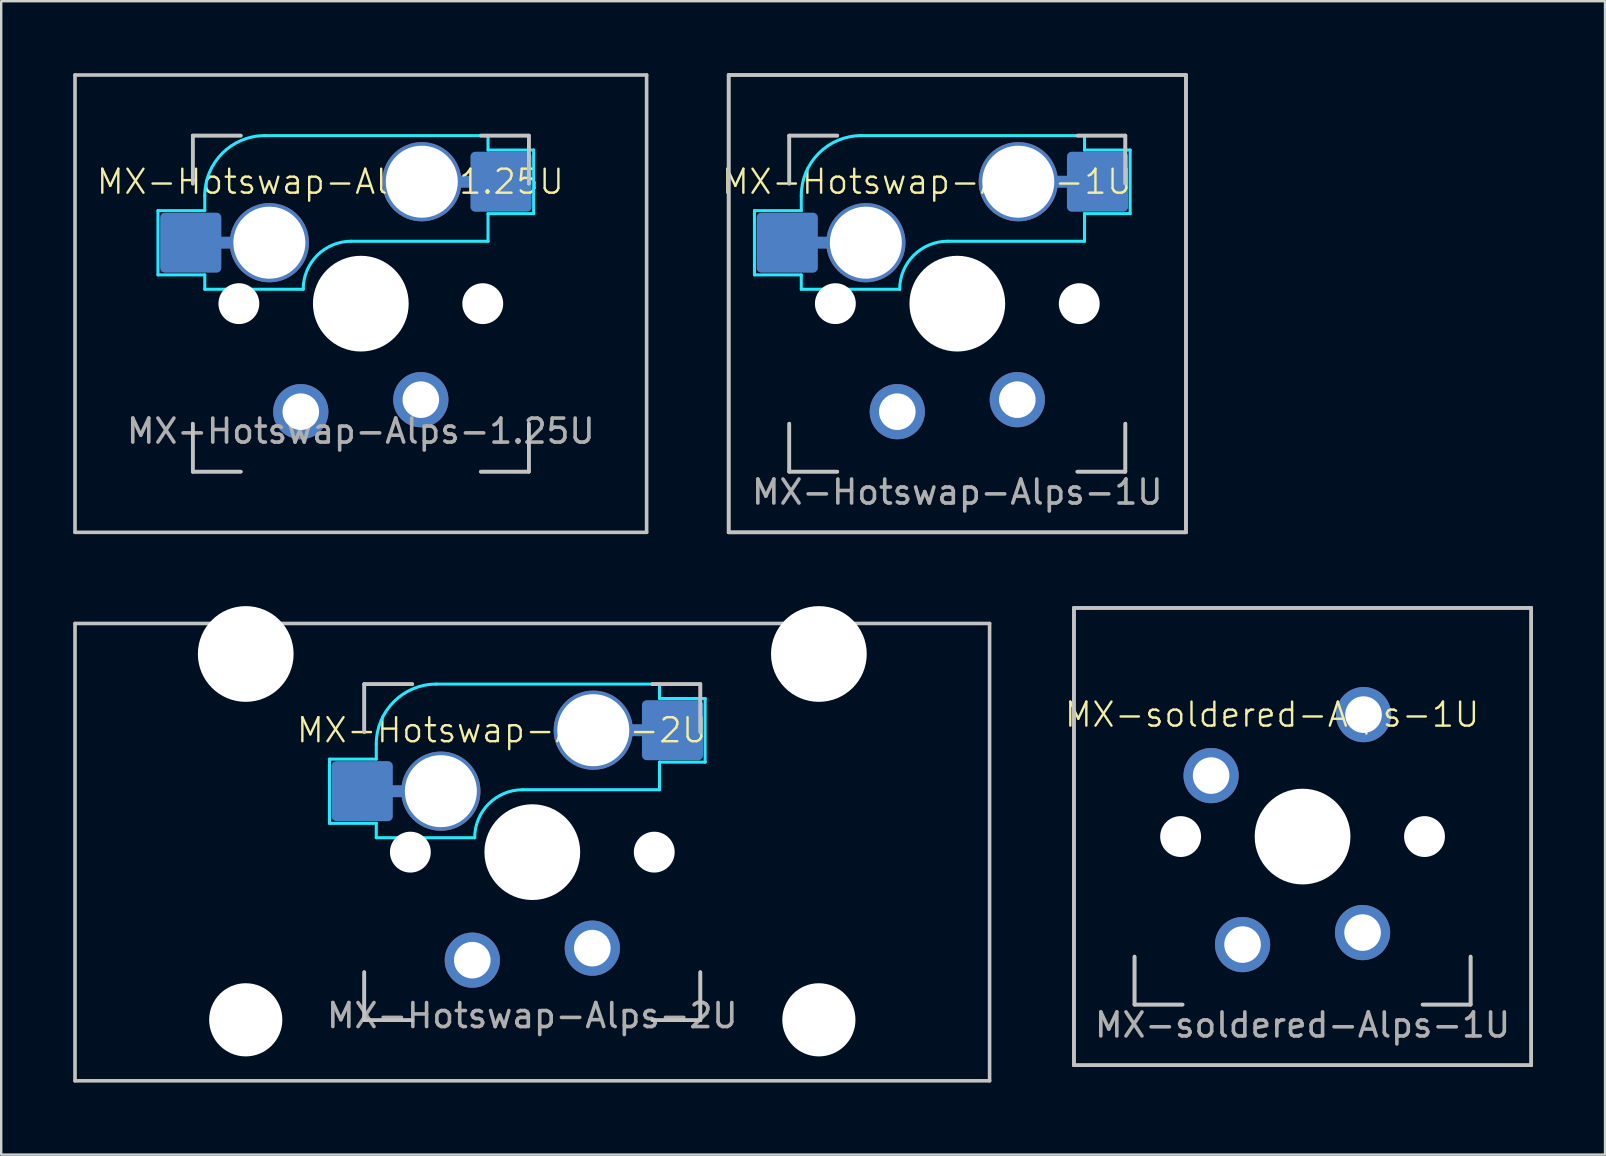
<source format=kicad_pcb>
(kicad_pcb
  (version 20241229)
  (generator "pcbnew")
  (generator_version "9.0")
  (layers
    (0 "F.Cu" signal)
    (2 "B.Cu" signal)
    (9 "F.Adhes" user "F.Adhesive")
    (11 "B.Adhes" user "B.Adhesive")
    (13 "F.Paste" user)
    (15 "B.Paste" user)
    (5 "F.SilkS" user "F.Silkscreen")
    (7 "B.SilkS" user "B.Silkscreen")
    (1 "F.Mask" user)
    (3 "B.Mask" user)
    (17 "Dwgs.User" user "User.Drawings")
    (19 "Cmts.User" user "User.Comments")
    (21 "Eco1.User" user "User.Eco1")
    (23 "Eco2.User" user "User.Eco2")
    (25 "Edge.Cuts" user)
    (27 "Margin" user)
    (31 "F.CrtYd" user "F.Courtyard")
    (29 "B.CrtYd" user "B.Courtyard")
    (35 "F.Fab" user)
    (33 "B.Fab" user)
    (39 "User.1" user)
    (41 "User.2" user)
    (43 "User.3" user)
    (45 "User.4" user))
  (footprint "MX-soldered-Alps-1U"
    (layer "F.Cu")
    (at 51.213 31.8)
    (property "Reference" "MX-soldered-Alps-1U" (at -1.27 -5.08 0) (unlocked yes) (layer "F.SilkS") (effects (font (size 1 1) (thickness 0.1))))
    (attr smd)
    (fp_line (start -9.525 -9.525) (end -9.525 9.525) (stroke (width 0.15) (type solid)) (layer "Dwgs.User"))
    (fp_line (start -9.525 -9.525) (end 9.525 -9.525) (stroke (width 0.15) (type solid)) (layer "Dwgs.User"))
    (fp_line (start -9.525 9.525) (end -9.525 -9.525) (stroke (width 0.15) (type solid)) (layer "Dwgs.User"))
    (fp_line (start -9.525 9.525) (end 9.525 9.525) (stroke (width 0.15) (type solid)) (layer "Dwgs.User"))
    (fp_line (start -7 5) (end -7 7) (stroke (width 0.15) (type solid)) (layer "Dwgs.User"))
    (fp_line (start -7 7) (end -7 5) (stroke (width 0.15) (type solid)) (layer "Dwgs.User"))
    (fp_line (start -7 7) (end -5 7) (stroke (width 0.15) (type solid)) (layer "Dwgs.User"))
    (fp_line (start -5 7) (end -7 7) (stroke (width 0.15) (type solid)) (layer "Dwgs.User"))
    (fp_line (start 5 7) (end 7 7) (stroke (width 0.15) (type solid)) (layer "Dwgs.User"))
    (fp_line (start 5 7) (end 7 7) (stroke (width 0.15) (type solid)) (layer "Dwgs.User"))
    (fp_line (start 7 7) (end 7 5) (stroke (width 0.15) (type solid)) (layer "Dwgs.User"))
    (fp_line (start 7 7) (end 7 5) (stroke (width 0.15) (type solid)) (layer "Dwgs.User"))
    (fp_line (start 9.525 -9.525) (end -9.525 -9.525) (stroke (width 0.15) (type solid)) (layer "Dwgs.User"))
    (fp_line (start 9.525 -9.525) (end 9.525 9.525) (stroke (width 0.15) (type solid)) (layer "Dwgs.User"))
    (fp_line (start 9.525 9.525) (end -9.525 9.525) (stroke (width 0.15) (type solid)) (layer "Dwgs.User"))
    (fp_line (start 9.525 9.525) (end 9.525 -9.525) (stroke (width 0.15) (type solid)) (layer "Dwgs.User"))
    (fp_text user "${REFERENCE}" (at 0 7.85 0) (unlocked yes) (layer "F.Fab") (effects (font (size 1 1) (thickness 0.15))))
    (pad "" np_thru_hole circle (at -5.08 0 48.099) (size 1.702 1.702) (drill 1.702) (layers "*.Cu" "*.Mask"))
    (pad "" np_thru_hole circle (at 0 0) (size 3.988 3.988) (drill 3.988) (layers "*.Cu" "*.Mask"))
    (pad "" np_thru_hole circle (at 5.08 0 48.099) (size 1.702 1.702) (drill 1.702) (layers "*.Cu" "*.Mask"))
    (pad "1" thru_hole circle (at -3.81 -2.54) (size 2.3 2.3) (drill 1.524) (layers "*.Cu" "B.Mask"))
    (pad "1" thru_hole circle (at -2.5 4.5 180) (size 2.3 2.3) (drill 1.524) (layers "*.Cu" "B.Mask"))
    (pad "2" thru_hole circle (at 2.5 4 180) (size 2.3 2.3) (drill 1.524) (layers "*.Cu" "B.Mask"))
    (pad "2" thru_hole circle (at 2.54 -5.08) (size 2.3 2.3) (drill 1.524) (layers "*.Cu" "B.Mask")))
  (footprint "MX-Hotswap-Alps-2U"
    (layer "F.Cu")
    (at 19.125 32.449)
    (property "Reference" "MX-Hotswap-Alps-2U" (at -1.27 -5.08 0) (unlocked yes) (layer "F.SilkS") (effects (font (size 1 1) (thickness 0.1))))
    (attr smd exclude_from_bom)
    (fp_line (start -19.05 9.525) (end -19.05 -9.525) (stroke (width 0.15) (type solid)) (layer "Dwgs.User"))
    (fp_line (start -7 -7) (end -7 -5) (stroke (width 0.15) (type solid)) (layer "Dwgs.User"))
    (fp_line (start -7 -7) (end -7 -5) (stroke (width 0.15) (type solid)) (layer "Dwgs.User"))
    (fp_line (start -7 5) (end -7 7) (stroke (width 0.15) (type solid)) (layer "Dwgs.User"))
    (fp_line (start -7 7) (end -7 5) (stroke (width 0.15) (type solid)) (layer "Dwgs.User"))
    (fp_line (start -7 7) (end -5 7) (stroke (width 0.15) (type solid)) (layer "Dwgs.User"))
    (fp_line (start -5 -7) (end -7 -7) (stroke (width 0.15) (type solid)) (layer "Dwgs.User"))
    (fp_line (start -5 -7) (end -7 -7) (stroke (width 0.15) (type solid)) (layer "Dwgs.User"))
    (fp_line (start -5 7) (end -7 7) (stroke (width 0.15) (type solid)) (layer "Dwgs.User"))
    (fp_line (start 5 -7) (end 7 -7) (stroke (width 0.15) (type solid)) (layer "Dwgs.User"))
    (fp_line (start 5 7) (end 7 7) (stroke (width 0.15) (type solid)) (layer "Dwgs.User"))
    (fp_line (start 5 7) (end 7 7) (stroke (width 0.15) (type solid)) (layer "Dwgs.User"))
    (fp_line (start 7 -7) (end 5 -7) (stroke (width 0.15) (type solid)) (layer "Dwgs.User"))
    (fp_line (start 7 7) (end 7 5) (stroke (width 0.15) (type solid)) (layer "Dwgs.User"))
    (fp_line (start 7 -7) (end 7 -5) (stroke (width 0.15) (type solid)) (layer "Dwgs.User"))
    (fp_line (start 7 -5) (end 7 -7) (stroke (width 0.15) (type solid)) (layer "Dwgs.User"))
    (fp_line (start 7 7) (end 7 5) (stroke (width 0.15) (type solid)) (layer "Dwgs.User"))
    (fp_line (start 19.05 -9.525) (end -19.05 -9.525) (stroke (width 0.15) (type solid)) (layer "Dwgs.User"))
    (fp_line (start 19.05 9.525) (end -19.05 9.525) (stroke (width 0.15) (type solid)) (layer "Dwgs.User"))
    (fp_line (start 19.05 9.525) (end 19.05 -9.525) (stroke (width 0.15) (type solid)) (layer "Dwgs.User"))
    (fp_line (start -8.45 -3.875) (end -8.45 -1.2) (stroke (width 0.127) (type solid)) (layer "B.CrtYd"))
    (fp_line (start -8.45 -1.2) (end -6.5 -1.2) (stroke (width 0.127) (type solid)) (layer "B.CrtYd"))
    (fp_line (start -6.5 -4.5) (end -6.5 -3.875) (stroke (width 0.127) (type solid)) (layer "B.CrtYd"))
    (fp_line (start -6.5 -3.875) (end -8.45 -3.875) (stroke (width 0.127) (type solid)) (layer "B.CrtYd"))
    (fp_line (start -6.5 -0.6) (end -6.5 -1.2) (stroke (width 0.127) (type solid)) (layer "B.CrtYd"))
    (fp_line (start -6.5 -0.6) (end -2.4 -0.6) (stroke (width 0.127) (type solid)) (layer "B.CrtYd"))
    (fp_line (start -0.4 -2.6) (end 5.3 -2.6) (stroke (width 0.127) (type solid)) (layer "B.CrtYd"))
    (fp_line (start 5.3 -7) (end -4 -7) (stroke (width 0.127) (type solid)) (layer "B.CrtYd"))
    (fp_line (start 5.3 -7) (end 5.3 -6.4) (stroke (width 0.127) (type solid)) (layer "B.CrtYd"))
    (fp_line (start 5.3 -6.4) (end 7.2 -6.4) (stroke (width 0.127) (type solid)) (layer "B.CrtYd"))
    (fp_line (start 5.3 -2.6) (end 5.3 -3.75) (stroke (width 0.127) (type solid)) (layer "B.CrtYd"))
    (fp_line (start 7.2 -6.4) (end 7.2 -3.75) (stroke (width 0.127) (type solid)) (layer "B.CrtYd"))
    (fp_line (start 7.2 -3.75) (end 5.3 -3.75) (stroke (width 0.127) (type solid)) (layer "B.CrtYd"))
    (fp_arc (start -6.5 -4.5) (mid -5.767767 -6.267767) (end -4 -7) (stroke (width 0.127) (type solid)) (layer "B.CrtYd"))
    (fp_arc (start -2.4 -0.6) (mid -1.814214 -2.014214) (end -0.4 -2.6) (stroke (width 0.127) (type solid)) (layer "B.CrtYd"))
    (fp_text user "${REFERENCE}" (at 0 6.81 0) (unlocked yes) (layer "F.Fab") (effects (font (size 1 1) (thickness 0.15))))
    (pad "" np_thru_hole circle (at -11.938 -8.255 180) (size 3.988 3.988) (drill 3.988) (layers "*.Cu" "*.Mask"))
    (pad "" np_thru_hole circle (at -11.938 6.985 180) (size 3.048 3.048) (drill 3.048) (layers "*.Cu" "*.Mask"))
    (pad "" np_thru_hole circle (at -5.08 0 48.099) (size 1.702 1.702) (drill 1.702) (layers "*.Cu" "*.Mask"))
    (pad "" np_thru_hole circle (at 0 0) (size 3.988 3.988) (drill 3.988) (layers "*.Cu" "*.Mask"))
    (pad "" np_thru_hole circle (at 5.08 0 48.099) (size 1.702 1.702) (drill 1.702) (layers "*.Cu" "*.Mask"))
    (pad "" np_thru_hole circle (at 11.938 -8.255 180) (size 3.988 3.988) (drill 3.988) (layers "*.Cu" "*.Mask"))
    (pad "" np_thru_hole circle (at 11.938 6.985 180) (size 3.048 3.048) (drill 3.048) (layers "*.Cu" "*.Mask"))
    (pad "1" smd roundrect (at -7.085 -2.54) (size 2.55 2.5) (layers "B.Cu" "B.Mask" "B.Paste") (roundrect_rratio 0.08))
    (pad "1" smd roundrect (at -5.81 -2.54) (size 2.55 0.5) (layers "B.Cu") (roundrect_rratio 0.08))
    (pad "1" thru_hole circle (at -3.81 -2.54) (size 3.3 3.3) (drill 3) (layers "*.Cu"))
    (pad "1" thru_hole circle (at -2.5 4.5 180) (size 2.3 2.3) (drill 1.524) (layers "*.Cu" "B.Mask"))
    (pad "2" thru_hole circle (at 2.5 4 180) (size 2.3 2.3) (drill 1.524) (layers "*.Cu" "B.Mask"))
    (pad "2" thru_hole circle (at 2.54 -5.08) (size 3.3 3.3) (drill 3) (layers "*.Cu"))
    (pad "2" smd roundrect (at 4.567 -5.08) (size 2.55 0.5) (layers "B.Cu") (roundrect_rratio 0.08))
    (pad "2" smd roundrect (at 5.842 -5.08) (size 2.55 2.5) (layers "B.Cu" "B.Mask" "B.Paste") (roundrect_rratio 0.08)))
  (footprint "MX-Hotswap-Alps-1.25U"
    (layer "F.Cu")
    (at 11.981 9.6)
    (property "Reference" "MX-Hotswap-Alps-1.25U" (at -1.27 -5.08 0) (unlocked yes) (layer "F.SilkS") (effects (font (size 1 1) (thickness 0.1))))
    (attr smd)
    (fp_line (start -11.906 9.525) (end -11.906 -9.525) (stroke (width 0.15) (type solid)) (layer "Dwgs.User"))
    (fp_line (start -7 -7) (end -7 -5) (stroke (width 0.15) (type solid)) (layer "Dwgs.User"))
    (fp_line (start -7 -7) (end -7 -5) (stroke (width 0.15) (type solid)) (layer "Dwgs.User"))
    (fp_line (start -7 5) (end -7 7) (stroke (width 0.15) (type solid)) (layer "Dwgs.User"))
    (fp_line (start -7 7) (end -7 5) (stroke (width 0.15) (type solid)) (layer "Dwgs.User"))
    (fp_line (start -7 7) (end -5 7) (stroke (width 0.15) (type solid)) (layer "Dwgs.User"))
    (fp_line (start -5 -7) (end -7 -7) (stroke (width 0.15) (type solid)) (layer "Dwgs.User"))
    (fp_line (start -5 -7) (end -7 -7) (stroke (width 0.15) (type solid)) (layer "Dwgs.User"))
    (fp_line (start -5 7) (end -7 7) (stroke (width 0.15) (type solid)) (layer "Dwgs.User"))
    (fp_line (start 5 -7) (end 7 -7) (stroke (width 0.15) (type solid)) (layer "Dwgs.User"))
    (fp_line (start 5 7) (end 7 7) (stroke (width 0.15) (type solid)) (layer "Dwgs.User"))
    (fp_line (start 5 7) (end 7 7) (stroke (width 0.15) (type solid)) (layer "Dwgs.User"))
    (fp_line (start 7 -7) (end 5 -7) (stroke (width 0.15) (type solid)) (layer "Dwgs.User"))
    (fp_line (start 7 7) (end 7 5) (stroke (width 0.15) (type solid)) (layer "Dwgs.User"))
    (fp_line (start 7 -7) (end 7 -5) (stroke (width 0.15) (type solid)) (layer "Dwgs.User"))
    (fp_line (start 7 -5) (end 7 -7) (stroke (width 0.15) (type solid)) (layer "Dwgs.User"))
    (fp_line (start 7 7) (end 7 5) (stroke (width 0.15) (type solid)) (layer "Dwgs.User"))
    (fp_line (start 11.906 -9.525) (end -11.906 -9.525) (stroke (width 0.15) (type solid)) (layer "Dwgs.User"))
    (fp_line (start 11.906 9.525) (end -11.906 9.525) (stroke (width 0.15) (type solid)) (layer "Dwgs.User"))
    (fp_line (start 11.906 9.525) (end 11.906 -9.525) (stroke (width 0.15) (type solid)) (layer "Dwgs.User"))
    (fp_line (start -8.45 -3.875) (end -8.45 -1.2) (stroke (width 0.127) (type solid)) (layer "B.CrtYd"))
    (fp_line (start -8.45 -1.2) (end -6.5 -1.2) (stroke (width 0.127) (type solid)) (layer "B.CrtYd"))
    (fp_line (start -6.5 -4.5) (end -6.5 -3.875) (stroke (width 0.127) (type solid)) (layer "B.CrtYd"))
    (fp_line (start -6.5 -3.875) (end -8.45 -3.875) (stroke (width 0.127) (type solid)) (layer "B.CrtYd"))
    (fp_line (start -6.5 -0.6) (end -6.5 -1.2) (stroke (width 0.127) (type solid)) (layer "B.CrtYd"))
    (fp_line (start -6.5 -0.6) (end -2.4 -0.6) (stroke (width 0.127) (type solid)) (layer "B.CrtYd"))
    (fp_line (start -0.4 -2.6) (end 5.3 -2.6) (stroke (width 0.127) (type solid)) (layer "B.CrtYd"))
    (fp_line (start 5.3 -7) (end -4 -7) (stroke (width 0.127) (type solid)) (layer "B.CrtYd"))
    (fp_line (start 5.3 -7) (end 5.3 -6.4) (stroke (width 0.127) (type solid)) (layer "B.CrtYd"))
    (fp_line (start 5.3 -6.4) (end 7.2 -6.4) (stroke (width 0.127) (type solid)) (layer "B.CrtYd"))
    (fp_line (start 5.3 -2.6) (end 5.3 -3.75) (stroke (width 0.127) (type solid)) (layer "B.CrtYd"))
    (fp_line (start 7.2 -6.4) (end 7.2 -3.75) (stroke (width 0.127) (type solid)) (layer "B.CrtYd"))
    (fp_line (start 7.2 -3.75) (end 5.3 -3.75) (stroke (width 0.127) (type solid)) (layer "B.CrtYd"))
    (fp_arc (start -6.5 -4.5) (mid -5.767767 -6.267767) (end -4 -7) (stroke (width 0.127) (type solid)) (layer "B.CrtYd"))
    (fp_arc (start -2.4 -0.6) (mid -1.814214 -2.014214) (end -0.4 -2.6) (stroke (width 0.127) (type solid)) (layer "B.CrtYd"))
    (fp_text user "${REFERENCE}" (at 0 5.31 0) (unlocked yes) (layer "F.Fab") (effects (font (size 1 1) (thickness 0.15))))
    (pad "" np_thru_hole circle (at -5.08 0 48.099) (size 1.702 1.702) (drill 1.702) (layers "*.Cu" "*.Mask"))
    (pad "" np_thru_hole circle (at 0 0) (size 3.988 3.988) (drill 3.988) (layers "*.Cu" "*.Mask"))
    (pad "" np_thru_hole circle (at 5.08 0 48.099) (size 1.702 1.702) (drill 1.702) (layers "*.Cu" "*.Mask"))
    (pad "1" smd roundrect (at -7.085 -2.54) (size 2.55 2.5) (layers "B.Cu" "B.Mask" "B.Paste") (roundrect_rratio 0.08))
    (pad "1" smd roundrect (at -5.81 -2.54) (size 2.55 0.5) (layers "B.Cu") (roundrect_rratio 0.08))
    (pad "1" thru_hole circle (at -3.81 -2.54) (size 3.3 3.3) (drill 3) (layers "*.Cu"))
    (pad "1" thru_hole circle (at -2.5 4.5 180) (size 2.3 2.3) (drill 1.524) (layers "*.Cu" "B.Mask"))
    (pad "2" thru_hole circle (at 2.5 4 180) (size 2.3 2.3) (drill 1.524) (layers "*.Cu" "B.Mask"))
    (pad "2" thru_hole circle (at 2.54 -5.08) (size 3.3 3.3) (drill 3) (layers "*.Cu"))
    (pad "2" smd roundrect (at 4.567 -5.08) (size 2.55 0.5) (layers "B.Cu") (roundrect_rratio 0.08))
    (pad "2" smd roundrect (at 5.842 -5.08) (size 2.55 2.5) (layers "B.Cu" "B.Mask" "B.Paste") (roundrect_rratio 0.08)))
  (footprint "MX-Hotswap-Alps-1U"
    (layer "F.Cu")
    (at 36.83 9.6)
    (property "Reference" "MX-Hotswap-Alps-1U" (at -1.27 -5.08 0) (unlocked yes) (layer "F.SilkS") (effects (font (size 1 1) (thickness 0.1))))
    (attr smd)
    (fp_line (start -9.525 -9.525) (end -9.525 9.525) (stroke (width 0.15) (type solid)) (layer "Dwgs.User"))
    (fp_line (start -9.525 -9.525) (end 9.525 -9.525) (stroke (width 0.15) (type solid)) (layer "Dwgs.User"))
    (fp_line (start -9.525 9.525) (end -9.525 -9.525) (stroke (width 0.15) (type solid)) (layer "Dwgs.User"))
    (fp_line (start -9.525 9.525) (end 9.525 9.525) (stroke (width 0.15) (type solid)) (layer "Dwgs.User"))
    (fp_line (start -7 -7) (end -7 -5) (stroke (width 0.15) (type solid)) (layer "Dwgs.User"))
    (fp_line (start -7 -7) (end -7 -5) (stroke (width 0.15) (type solid)) (layer "Dwgs.User"))
    (fp_line (start -7 5) (end -7 7) (stroke (width 0.15) (type solid)) (layer "Dwgs.User"))
    (fp_line (start -7 7) (end -7 5) (stroke (width 0.15) (type solid)) (layer "Dwgs.User"))
    (fp_line (start -7 7) (end -5 7) (stroke (width 0.15) (type solid)) (layer "Dwgs.User"))
    (fp_line (start -5 -7) (end -7 -7) (stroke (width 0.15) (type solid)) (layer "Dwgs.User"))
    (fp_line (start -5 -7) (end -7 -7) (stroke (width 0.15) (type solid)) (layer "Dwgs.User"))
    (fp_line (start -5 7) (end -7 7) (stroke (width 0.15) (type solid)) (layer "Dwgs.User"))
    (fp_line (start 5 -7) (end 7 -7) (stroke (width 0.15) (type solid)) (layer "Dwgs.User"))
    (fp_line (start 5 7) (end 7 7) (stroke (width 0.15) (type solid)) (layer "Dwgs.User"))
    (fp_line (start 5 7) (end 7 7) (stroke (width 0.15) (type solid)) (layer "Dwgs.User"))
    (fp_line (start 7 -5) (end 7 -7) (stroke (width 0.15) (type solid)) (layer "Dwgs.User"))
    (fp_line (start 7 -7) (end 5 -7) (stroke (width 0.15) (type solid)) (layer "Dwgs.User"))
    (fp_line (start 7 -7) (end 7 -5) (stroke (width 0.15) (type solid)) (layer "Dwgs.User"))
    (fp_line (start 7 7) (end 7 5) (stroke (width 0.15) (type solid)) (layer "Dwgs.User"))
    (fp_line (start 7 7) (end 7 5) (stroke (width 0.15) (type solid)) (layer "Dwgs.User"))
    (fp_line (start 9.525 -9.525) (end -9.525 -9.525) (stroke (width 0.15) (type solid)) (layer "Dwgs.User"))
    (fp_line (start 9.525 -9.525) (end 9.525 9.525) (stroke (width 0.15) (type solid)) (layer "Dwgs.User"))
    (fp_line (start 9.525 9.525) (end -9.525 9.525) (stroke (width 0.15) (type solid)) (layer "Dwgs.User"))
    (fp_line (start 9.525 9.525) (end 9.525 -9.525) (stroke (width 0.15) (type solid)) (layer "Dwgs.User"))
    (fp_line (start -8.45 -3.875) (end -8.45 -1.2) (stroke (width 0.127) (type solid)) (layer "B.CrtYd"))
    (fp_line (start -8.45 -1.2) (end -6.5 -1.2) (stroke (width 0.127) (type solid)) (layer "B.CrtYd"))
    (fp_line (start -6.5 -4.5) (end -6.5 -3.875) (stroke (width 0.127) (type solid)) (layer "B.CrtYd"))
    (fp_line (start -6.5 -3.875) (end -8.45 -3.875) (stroke (width 0.127) (type solid)) (layer "B.CrtYd"))
    (fp_line (start -6.5 -0.6) (end -6.5 -1.2) (stroke (width 0.127) (type solid)) (layer "B.CrtYd"))
    (fp_line (start -6.5 -0.6) (end -2.4 -0.6) (stroke (width 0.127) (type solid)) (layer "B.CrtYd"))
    (fp_line (start -0.4 -2.6) (end 5.3 -2.6) (stroke (width 0.127) (type solid)) (layer "B.CrtYd"))
    (fp_line (start 5.3 -7) (end -4 -7) (stroke (width 0.127) (type solid)) (layer "B.CrtYd"))
    (fp_line (start 5.3 -7) (end 5.3 -6.4) (stroke (width 0.127) (type solid)) (layer "B.CrtYd"))
    (fp_line (start 5.3 -6.4) (end 7.2 -6.4) (stroke (width 0.127) (type solid)) (layer "B.CrtYd"))
    (fp_line (start 5.3 -2.6) (end 5.3 -3.75) (stroke (width 0.127) (type solid)) (layer "B.CrtYd"))
    (fp_line (start 7.2 -6.4) (end 7.2 -3.75) (stroke (width 0.127) (type solid)) (layer "B.CrtYd"))
    (fp_line (start 7.2 -3.75) (end 5.3 -3.75) (stroke (width 0.127) (type solid)) (layer "B.CrtYd"))
    (fp_arc (start -6.5 -4.5) (mid -5.767767 -6.267767) (end -4 -7) (stroke (width 0.127) (type solid)) (layer "B.CrtYd"))
    (fp_arc (start -2.4 -0.6) (mid -1.814214 -2.014214) (end -0.4 -2.6) (stroke (width 0.127) (type solid)) (layer "B.CrtYd"))
    (fp_text user "${REFERENCE}" (at 0 7.85 0) (unlocked yes) (layer "F.Fab") (effects (font (size 1 1) (thickness 0.15))))
    (pad "" np_thru_hole circle (at -5.08 0 48.099) (size 1.702 1.702) (drill 1.702) (layers "*.Cu" "*.Mask"))
    (pad "" np_thru_hole circle (at 0 0) (size 3.988 3.988) (drill 3.988) (layers "*.Cu" "*.Mask"))
    (pad "" np_thru_hole circle (at 5.08 0 48.099) (size 1.702 1.702) (drill 1.702) (layers "*.Cu" "*.Mask"))
    (pad "1" smd custom (at -7.085 -2.54) (size 2.5 2.5) (layers "B.Cu" "B.Mask" "B.Paste") (options (anchor circle)) (primitives (gr_poly (pts (xy -1.275 -1.05) (xy -1.26 -1.127) (xy -1.216 -1.191) (xy -1.152 -1.235) (xy -1.075 -1.25) (xy 1.075 -1.25) (xy 1.152 -1.235) (xy 1.216 -1.191) (xy 1.26 -1.127) (xy 1.275 -1.05) (xy 1.275 1.05) (xy 1.26 1.127) (xy 1.216 1.191) (xy 1.152 1.235) (xy 1.075 1.25) (xy -1.075 1.25) (xy -1.152 1.235) (xy -1.216 1.191) (xy -1.26 1.127) (xy -1.275 1.05)) (width 0) (fill yes))))
    (pad "1" smd roundrect (at -5.46 -2.54) (size 2.5 0.5) (layers "B.Cu") (roundrect_rratio 0.08))
    (pad "1" thru_hole circle (at -3.81 -2.54) (size 3.3 3.3) (drill 3) (layers "*.Cu"))
    (pad "1" thru_hole circle (at -2.5 4.5 180) (size 2.3 2.3) (drill 1.524) (layers "*.Cu" "B.Mask"))
    (pad "2" thru_hole circle (at 2.5 4 180) (size 2.3 2.3) (drill 1.524) (layers "*.Cu" "B.Mask"))
    (pad "2" thru_hole circle (at 2.54 -5.08) (size 3.3 3.3) (drill 3) (layers "*.Cu"))
    (pad "2" smd roundrect (at 4.19 -5.08) (size 2.5 0.5) (layers "B.Cu") (roundrect_rratio 0.08))
    (pad "2" smd custom (at 5.842 -5.08) (size 2.5 2.5) (layers "B.Cu" "B.Mask" "B.Paste") (options (anchor circle)) (primitives (gr_poly (pts (xy -1.275 -1.05) (xy -1.26 -1.127) (xy -1.216 -1.191) (xy -1.152 -1.235) (xy -1.075 -1.25) (xy 1.075 -1.25) (xy 1.152 -1.235) (xy 1.216 -1.191) (xy 1.26 -1.127) (xy 1.275 -1.05) (xy 1.275 1.05) (xy 1.26 1.127) (xy 1.216 1.191) (xy 1.152 1.235) (xy 1.075 1.25) (xy -1.075 1.25) (xy -1.152 1.235) (xy -1.216 1.191) (xy -1.26 1.127) (xy -1.275 1.05)) (width 0) (fill yes)))))
  (gr_rect
    (start -3 -3)
    (end 63.813 45.049)
    (stroke (width 0.1) (type default))
    (fill no)
    (layer "Edge.Cuts")))
</source>
